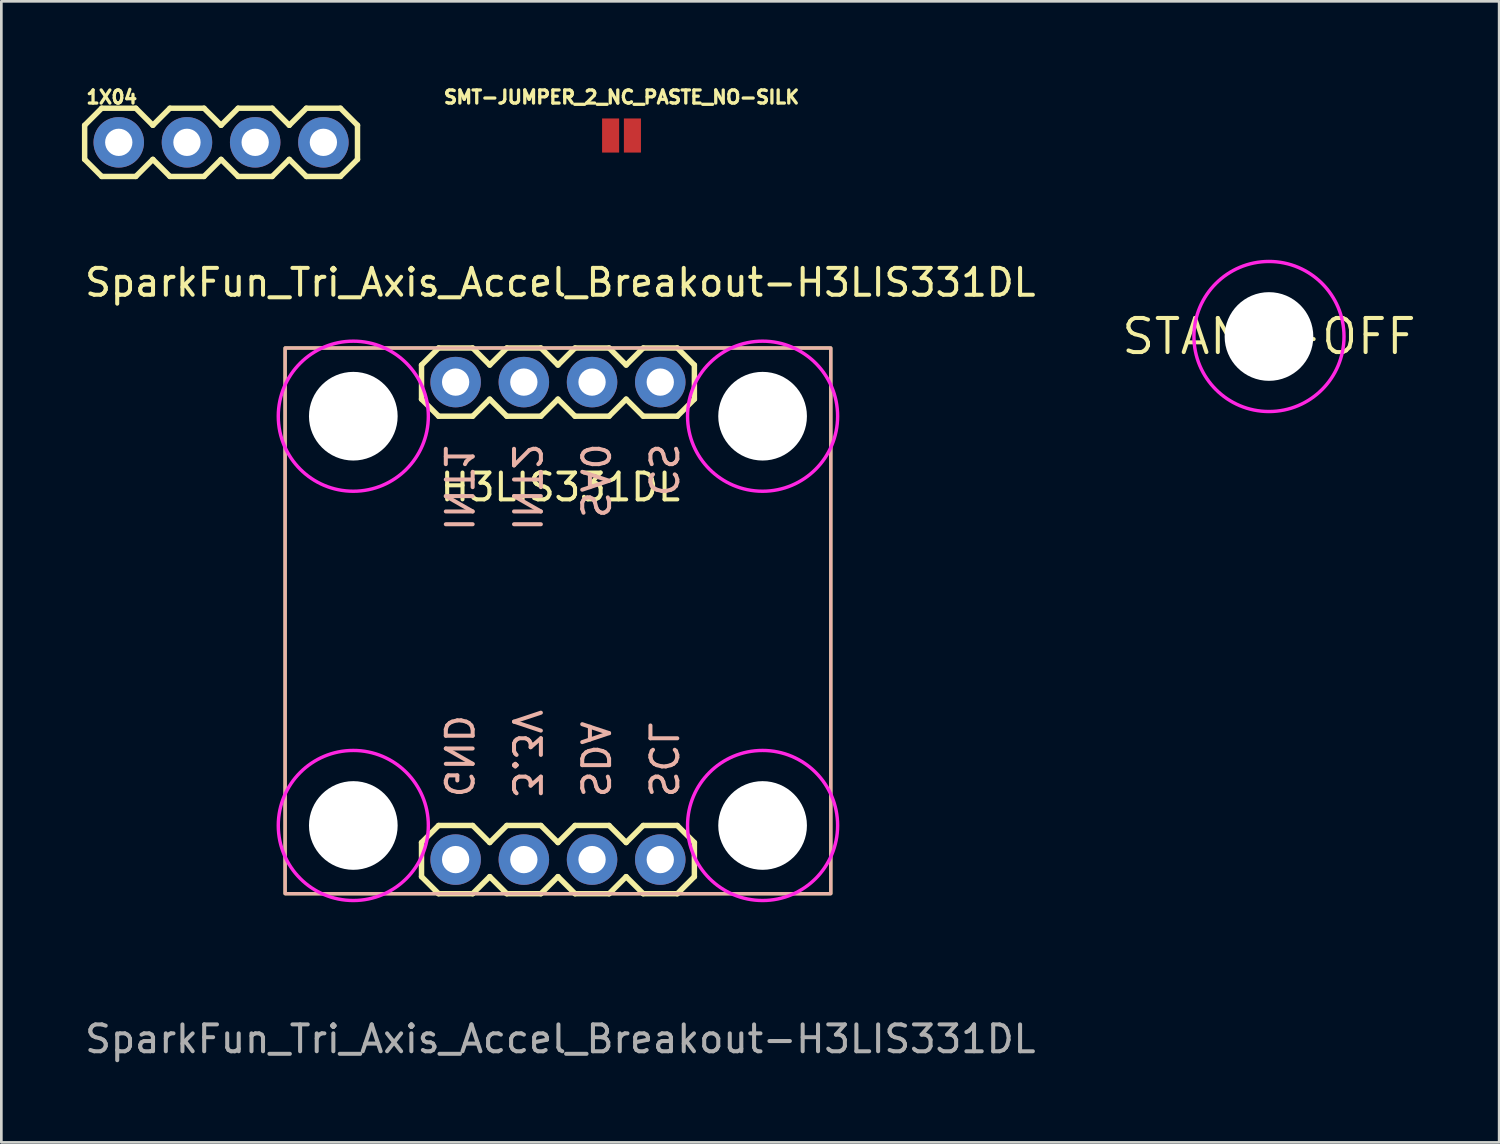
<source format=kicad_pcb>
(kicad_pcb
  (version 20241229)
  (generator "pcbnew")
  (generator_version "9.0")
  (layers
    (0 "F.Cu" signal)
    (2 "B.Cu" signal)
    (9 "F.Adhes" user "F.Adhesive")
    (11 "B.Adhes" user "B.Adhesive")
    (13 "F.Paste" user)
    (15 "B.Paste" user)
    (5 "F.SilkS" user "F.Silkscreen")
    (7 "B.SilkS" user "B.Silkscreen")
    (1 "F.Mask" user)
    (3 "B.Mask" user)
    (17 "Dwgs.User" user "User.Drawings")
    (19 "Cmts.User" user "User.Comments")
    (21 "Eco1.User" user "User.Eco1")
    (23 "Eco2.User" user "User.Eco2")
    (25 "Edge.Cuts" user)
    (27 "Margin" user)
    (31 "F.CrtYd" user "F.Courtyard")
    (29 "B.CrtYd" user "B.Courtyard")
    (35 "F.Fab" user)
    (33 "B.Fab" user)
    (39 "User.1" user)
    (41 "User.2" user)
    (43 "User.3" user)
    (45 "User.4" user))
  (footprint "SparkFun_Tri_Axis_Accel_Breakout-H3LIS331DL"
    (layer "F.Cu")
    (at 17.815 20.17)
    (property "Reference" "SparkFun_Tri_Axis_Accel_Breakout-H3LIS331DL" (at 0 -12.7 0) (unlocked yes) (layer "F.SilkS") (effects (font (size 1 1) (thickness 0.15))))
    (attr through_hole)
    (fp_line (start -5.169 -9.627) (end -5.169 -8.357) (stroke (width 0.203) (type solid)) (layer "F.SilkS"))
    (fp_line (start -5.169 -8.357) (end -4.534 -7.722) (stroke (width 0.203) (type solid)) (layer "F.SilkS"))
    (fp_line (start -5.169 8.153) (end -5.169 9.423) (stroke (width 0.203) (type solid)) (layer "F.SilkS"))
    (fp_line (start -5.169 9.423) (end -4.534 10.058) (stroke (width 0.203) (type solid)) (layer "F.SilkS"))
    (fp_line (start -4.534 -10.262) (end -5.169 -9.627) (stroke (width 0.203) (type solid)) (layer "F.SilkS"))
    (fp_line (start -4.534 -10.262) (end -3.264 -10.262) (stroke (width 0.203) (type solid)) (layer "F.SilkS"))
    (fp_line (start -4.534 7.518) (end -5.169 8.153) (stroke (width 0.203) (type solid)) (layer "F.SilkS"))
    (fp_line (start -4.534 7.518) (end -3.264 7.518) (stroke (width 0.203) (type solid)) (layer "F.SilkS"))
    (fp_line (start -3.264 -10.262) (end -2.629 -9.627) (stroke (width 0.203) (type solid)) (layer "F.SilkS"))
    (fp_line (start -3.264 -7.722) (end -4.534 -7.722) (stroke (width 0.203) (type solid)) (layer "F.SilkS"))
    (fp_line (start -3.264 7.518) (end -2.629 8.153) (stroke (width 0.203) (type solid)) (layer "F.SilkS"))
    (fp_line (start -3.264 10.058) (end -4.534 10.058) (stroke (width 0.203) (type solid)) (layer "F.SilkS"))
    (fp_line (start -2.629 -9.627) (end -1.994 -10.262) (stroke (width 0.203) (type solid)) (layer "F.SilkS"))
    (fp_line (start -2.629 -8.357) (end -3.264 -7.722) (stroke (width 0.203) (type solid)) (layer "F.SilkS"))
    (fp_line (start -2.629 8.153) (end -1.994 7.518) (stroke (width 0.203) (type solid)) (layer "F.SilkS"))
    (fp_line (start -2.629 9.423) (end -3.264 10.058) (stroke (width 0.203) (type solid)) (layer "F.SilkS"))
    (fp_line (start -1.994 -10.262) (end -0.724 -10.262) (stroke (width 0.203) (type solid)) (layer "F.SilkS"))
    (fp_line (start -1.994 -7.722) (end -2.629 -8.357) (stroke (width 0.203) (type solid)) (layer "F.SilkS"))
    (fp_line (start -1.994 7.518) (end -0.724 7.518) (stroke (width 0.203) (type solid)) (layer "F.SilkS"))
    (fp_line (start -1.994 10.058) (end -2.629 9.423) (stroke (width 0.203) (type solid)) (layer "F.SilkS"))
    (fp_line (start -0.724 -10.262) (end -0.089 -9.627) (stroke (width 0.203) (type solid)) (layer "F.SilkS"))
    (fp_line (start -0.724 -7.722) (end -1.994 -7.722) (stroke (width 0.203) (type solid)) (layer "F.SilkS"))
    (fp_line (start -0.724 7.518) (end -0.089 8.153) (stroke (width 0.203) (type solid)) (layer "F.SilkS"))
    (fp_line (start -0.724 10.058) (end -1.994 10.058) (stroke (width 0.203) (type solid)) (layer "F.SilkS"))
    (fp_line (start -0.089 -9.627) (end 0.546 -10.262) (stroke (width 0.203) (type solid)) (layer "F.SilkS"))
    (fp_line (start -0.089 -8.357) (end -0.724 -7.722) (stroke (width 0.203) (type solid)) (layer "F.SilkS"))
    (fp_line (start -0.089 8.153) (end 0.546 7.518) (stroke (width 0.203) (type solid)) (layer "F.SilkS"))
    (fp_line (start -0.089 9.423) (end -0.724 10.058) (stroke (width 0.203) (type solid)) (layer "F.SilkS"))
    (fp_line (start 0.546 -10.262) (end 1.816 -10.262) (stroke (width 0.203) (type solid)) (layer "F.SilkS"))
    (fp_line (start 0.546 -7.722) (end -0.089 -8.357) (stroke (width 0.203) (type solid)) (layer "F.SilkS"))
    (fp_line (start 0.546 7.518) (end 1.816 7.518) (stroke (width 0.203) (type solid)) (layer "F.SilkS"))
    (fp_line (start 0.546 10.058) (end -0.089 9.423) (stroke (width 0.203) (type solid)) (layer "F.SilkS"))
    (fp_line (start 1.816 -10.262) (end 2.451 -9.627) (stroke (width 0.203) (type solid)) (layer "F.SilkS"))
    (fp_line (start 1.816 -7.722) (end 0.546 -7.722) (stroke (width 0.203) (type solid)) (layer "F.SilkS"))
    (fp_line (start 1.816 7.518) (end 2.451 8.153) (stroke (width 0.203) (type solid)) (layer "F.SilkS"))
    (fp_line (start 1.816 10.058) (end 0.546 10.058) (stroke (width 0.203) (type solid)) (layer "F.SilkS"))
    (fp_line (start 2.451 -8.357) (end 1.816 -7.722) (stroke (width 0.203) (type solid)) (layer "F.SilkS"))
    (fp_line (start 2.451 -8.357) (end 3.086 -7.722) (stroke (width 0.203) (type solid)) (layer "F.SilkS"))
    (fp_line (start 2.451 9.423) (end 1.816 10.058) (stroke (width 0.203) (type solid)) (layer "F.SilkS"))
    (fp_line (start 2.451 9.423) (end 3.086 10.058) (stroke (width 0.203) (type solid)) (layer "F.SilkS"))
    (fp_line (start 3.086 -10.262) (end 2.451 -9.627) (stroke (width 0.203) (type solid)) (layer "F.SilkS"))
    (fp_line (start 3.086 -10.262) (end 4.356 -10.262) (stroke (width 0.203) (type solid)) (layer "F.SilkS"))
    (fp_line (start 3.086 7.518) (end 2.451 8.153) (stroke (width 0.203) (type solid)) (layer "F.SilkS"))
    (fp_line (start 3.086 7.518) (end 4.356 7.518) (stroke (width 0.203) (type solid)) (layer "F.SilkS"))
    (fp_line (start 4.356 -10.262) (end 4.991 -9.627) (stroke (width 0.203) (type solid)) (layer "F.SilkS"))
    (fp_line (start 4.356 -7.722) (end 3.086 -7.722) (stroke (width 0.203) (type solid)) (layer "F.SilkS"))
    (fp_line (start 4.356 7.518) (end 4.991 8.153) (stroke (width 0.203) (type solid)) (layer "F.SilkS"))
    (fp_line (start 4.356 10.058) (end 3.086 10.058) (stroke (width 0.203) (type solid)) (layer "F.SilkS"))
    (fp_line (start 4.991 -9.627) (end 4.991 -8.357) (stroke (width 0.203) (type solid)) (layer "F.SilkS"))
    (fp_line (start 4.991 -8.357) (end 4.356 -7.722) (stroke (width 0.203) (type solid)) (layer "F.SilkS"))
    (fp_line (start 4.991 8.153) (end 4.991 9.423) (stroke (width 0.203) (type solid)) (layer "F.SilkS"))
    (fp_line (start 4.991 9.423) (end 4.356 10.058) (stroke (width 0.203) (type solid)) (layer "F.SilkS"))
    (fp_rect (start 10.071 10.058) (end -10.249 -10.262) (stroke (width 0.12) (type solid)) (fill no) (layer "F.SilkS"))
    (fp_rect (start 10.071 10.058) (end -10.249 -10.262) (stroke (width 0.12) (type solid)) (fill no) (layer "B.SilkS"))
    (fp_circle (center -7.709 -7.722) (end -4.915 -7.722) (stroke (width 0.127) (type solid)) (fill no) (layer "F.CrtYd"))
    (fp_circle (center -7.709 7.518) (end -4.915 7.518) (stroke (width 0.127) (type solid)) (fill no) (layer "F.CrtYd"))
    (fp_circle (center 7.531 -7.722) (end 10.325 -7.722) (stroke (width 0.127) (type solid)) (fill no) (layer "F.CrtYd"))
    (fp_circle (center 7.531 7.518) (end 10.325 7.518) (stroke (width 0.127) (type solid)) (fill no) (layer "F.CrtYd"))
    (fp_text user "H3LIS331DL" (at 0 -5.08 0) (unlocked yes) (layer "F.SilkS") (effects (font (size 1 1) (thickness 0.15))))
    (fp_text user "SDA" (at 1.27 5.056 270) (unlocked yes) (layer "B.SilkS") (effects (font (size 1 1) (thickness 0.15)) (justify mirror)))
    (fp_text user "SA0" (at 1.27 -5.318 270) (unlocked yes) (layer "B.SilkS") (effects (font (size 1 1) (thickness 0.15)) (justify mirror)))
    (fp_text user "GND" (at -3.81 4.937 270) (unlocked yes) (layer "B.SilkS") (effects (font (size 1 1) (thickness 0.15)) (justify mirror)))
    (fp_text user "SCL" (at 3.81 5.08 270) (unlocked yes) (layer "B.SilkS") (effects (font (size 1 1) (thickness 0.15)) (justify mirror)))
    (fp_text user "CS" (at 3.81 -5.723 270) (unlocked yes) (layer "B.SilkS") (effects (font (size 1 1) (thickness 0.15)) (justify mirror)))
    (fp_text user "INT2" (at -1.27 -5.08 270) (unlocked yes) (layer "B.SilkS") (effects (font (size 1 1) (thickness 0.15)) (justify mirror)))
    (fp_text user "INT1" (at -3.81 -5.08 270) (unlocked yes) (layer "B.SilkS") (effects (font (size 1 1) (thickness 0.15)) (justify mirror)))
    (fp_text user "3.3V" (at -1.27 4.842 270) (unlocked yes) (layer "B.SilkS") (effects (font (size 1 1) (thickness 0.15)) (justify mirror)))
    (fp_text user "${REFERENCE}" (at 0 15.47 0) (unlocked yes) (layer "F.Fab") (effects (font (size 1 1) (thickness 0.15))))
    (pad "" np_thru_hole circle (at -7.709 -7.722) (size 3.302 3.302) (drill 3.302) (layers "*.Cu" "*.Mask"))
    (pad "" np_thru_hole circle (at -7.709 7.518) (size 3.302 3.302) (drill 3.302) (layers "*.Cu" "*.Mask"))
    (pad "" np_thru_hole circle (at 7.531 -7.722) (size 3.302 3.302) (drill 3.302) (layers "*.Cu" "*.Mask"))
    (pad "" np_thru_hole circle (at 7.531 7.518) (size 3.302 3.302) (drill 3.302) (layers "*.Cu" "*.Mask"))
    (pad "1" thru_hole circle (at -3.899 8.788 90) (size 1.88 1.88) (drill 1.016) (layers "*.Cu" "*.Mask"))
    (pad "2" thru_hole circle (at -1.359 8.788 90) (size 1.88 1.88) (drill 1.016) (layers "*.Cu" "*.Mask"))
    (pad "3" thru_hole circle (at 1.181 8.788 90) (size 1.88 1.88) (drill 1.016) (layers "*.Cu" "*.Mask"))
    (pad "4" thru_hole circle (at 3.721 8.788 90) (size 1.88 1.88) (drill 1.016) (layers "*.Cu" "*.Mask"))
    (pad "5" thru_hole circle (at 3.721 -8.992 90) (size 1.88 1.88) (drill 1.016) (layers "*.Cu" "*.Mask"))
    (pad "6" thru_hole circle (at 1.181 -8.992 90) (size 1.88 1.88) (drill 1.016) (layers "*.Cu" "*.Mask"))
    (pad "7" thru_hole circle (at -1.359 -8.992 90) (size 1.88 1.88) (drill 1.016) (layers "*.Cu" "*.Mask"))
    (pad "8" thru_hole circle (at -3.899 -8.992 90) (size 1.88 1.88) (drill 1.016) (layers "*.Cu" "*.Mask")))
  (footprint "1X04"
    (layer "F.Cu")
    (at 1.372 2.25)
    (property "Reference" "1X04" (at -1.27 -1.397 0) (layer "F.SilkS") (effects (font (size 0.488 0.488) (thickness 0.122)) (justify left bottom)))
    (fp_line (start -1.27 -0.635) (end -1.27 0.635) (stroke (width 0.203) (type solid)) (layer "F.SilkS"))
    (fp_line (start -1.27 0.635) (end -0.635 1.27) (stroke (width 0.203) (type solid)) (layer "F.SilkS"))
    (fp_line (start -0.635 -1.27) (end -1.27 -0.635) (stroke (width 0.203) (type solid)) (layer "F.SilkS"))
    (fp_line (start -0.635 -1.27) (end 0.635 -1.27) (stroke (width 0.203) (type solid)) (layer "F.SilkS"))
    (fp_line (start 0.635 -1.27) (end 1.27 -0.635) (stroke (width 0.203) (type solid)) (layer "F.SilkS"))
    (fp_line (start 0.635 1.27) (end -0.635 1.27) (stroke (width 0.203) (type solid)) (layer "F.SilkS"))
    (fp_line (start 1.27 -0.635) (end 1.905 -1.27) (stroke (width 0.203) (type solid)) (layer "F.SilkS"))
    (fp_line (start 1.27 0.635) (end 0.635 1.27) (stroke (width 0.203) (type solid)) (layer "F.SilkS"))
    (fp_line (start 1.905 -1.27) (end 3.175 -1.27) (stroke (width 0.203) (type solid)) (layer "F.SilkS"))
    (fp_line (start 1.905 1.27) (end 1.27 0.635) (stroke (width 0.203) (type solid)) (layer "F.SilkS"))
    (fp_line (start 3.175 -1.27) (end 3.81 -0.635) (stroke (width 0.203) (type solid)) (layer "F.SilkS"))
    (fp_line (start 3.175 1.27) (end 1.905 1.27) (stroke (width 0.203) (type solid)) (layer "F.SilkS"))
    (fp_line (start 3.81 -0.635) (end 4.445 -1.27) (stroke (width 0.203) (type solid)) (layer "F.SilkS"))
    (fp_line (start 3.81 0.635) (end 3.175 1.27) (stroke (width 0.203) (type solid)) (layer "F.SilkS"))
    (fp_line (start 4.445 -1.27) (end 5.715 -1.27) (stroke (width 0.203) (type solid)) (layer "F.SilkS"))
    (fp_line (start 4.445 1.27) (end 3.81 0.635) (stroke (width 0.203) (type solid)) (layer "F.SilkS"))
    (fp_line (start 5.715 -1.27) (end 6.35 -0.635) (stroke (width 0.203) (type solid)) (layer "F.SilkS"))
    (fp_line (start 5.715 1.27) (end 4.445 1.27) (stroke (width 0.203) (type solid)) (layer "F.SilkS"))
    (fp_line (start 6.35 0.635) (end 5.715 1.27) (stroke (width 0.203) (type solid)) (layer "F.SilkS"))
    (fp_line (start 6.35 0.635) (end 6.985 1.27) (stroke (width 0.203) (type solid)) (layer "F.SilkS"))
    (fp_line (start 6.985 -1.27) (end 6.35 -0.635) (stroke (width 0.203) (type solid)) (layer "F.SilkS"))
    (fp_line (start 6.985 -1.27) (end 8.255 -1.27) (stroke (width 0.203) (type solid)) (layer "F.SilkS"))
    (fp_line (start 8.255 -1.27) (end 8.89 -0.635) (stroke (width 0.203) (type solid)) (layer "F.SilkS"))
    (fp_line (start 8.255 1.27) (end 6.985 1.27) (stroke (width 0.203) (type solid)) (layer "F.SilkS"))
    (fp_line (start 8.89 -0.635) (end 8.89 0.635) (stroke (width 0.203) (type solid)) (layer "F.SilkS"))
    (fp_line (start 8.89 0.635) (end 8.255 1.27) (stroke (width 0.203) (type solid)) (layer "F.SilkS"))
    (fp_poly (pts (xy -0.254 0.254) (xy 0.254 0.254) (xy 0.254 -0.254) (xy -0.254 -0.254)) (stroke (width 0.1) (type solid)) (fill no) (layer "F.Fab"))
    (fp_poly (pts (xy 2.286 0.254) (xy 2.794 0.254) (xy 2.794 -0.254) (xy 2.286 -0.254)) (stroke (width 0.1) (type solid)) (fill no) (layer "F.Fab"))
    (fp_poly (pts (xy 4.826 0.254) (xy 5.334 0.254) (xy 5.334 -0.254) (xy 4.826 -0.254)) (stroke (width 0.1) (type solid)) (fill no) (layer "F.Fab"))
    (fp_poly (pts (xy 7.366 0.254) (xy 7.874 0.254) (xy 7.874 -0.254) (xy 7.366 -0.254)) (stroke (width 0.1) (type solid)) (fill no) (layer "F.Fab"))
    (pad "1" thru_hole circle (at 0 0 90) (size 1.88 1.88) (drill 1.016) (layers "*.Cu" "*.Mask"))
    (pad "2" thru_hole circle (at 2.54 0 90) (size 1.88 1.88) (drill 1.016) (layers "*.Cu" "*.Mask"))
    (pad "3" thru_hole circle (at 5.08 0 90) (size 1.88 1.88) (drill 1.016) (layers "*.Cu" "*.Mask"))
    (pad "4" thru_hole circle (at 7.62 0 90) (size 1.88 1.88) (drill 1.016) (layers "*.Cu" "*.Mask")))
  (footprint "STAND-OFF"
    (layer "F.Cu")
    (at 44.202 9.48)
    (property "Reference" "STAND-OFF" (at 0 0 0) (layer "F.SilkS") (effects (font (size 1.27 1.27) (thickness 0.15))))
    (fp_circle (center 0 0) (end 2.794 0) (stroke (width 0.127) (type solid)) (fill no) (layer "F.CrtYd"))
    (pad "" np_thru_hole circle (at 0 0) (size 3.302 3.302) (drill 3.302) (layers "*.Cu" "*.Mask")))
  (footprint "SMT-JUMPER_2_NC_PASTE_NO-SILK"
    (layer "F.Cu")
    (at 20.093 1.996)
    (property "Reference" "SMT-JUMPER_2_NC_PASTE_NO-SILK" (at 0 -1.143 0) (layer "F.SilkS") (effects (font (size 0.488 0.488) (thickness 0.122)) (justify bottom)))
    (fp_poly (pts (xy -1.245 1.118) (xy 1.245 1.118) (xy 1.245 -1.118) (xy -1.245 -1.118)) (stroke (width 0) (type solid)) (fill yes) (layer "F.Paste"))
    (pad "1" smd rect (at -0.406 0) (size 0.635 1.27) (layers "F.Cu" "F.Mask"))
    (pad "2" smd rect (at 0.406 0) (size 0.635 1.27) (layers "F.Cu" "F.Mask")))
  (gr_rect
    (start -3 -3)
    (end 52.773 39.489)
    (stroke (width 0.1) (type default))
    (fill no)
    (layer "Edge.Cuts")))
</source>
